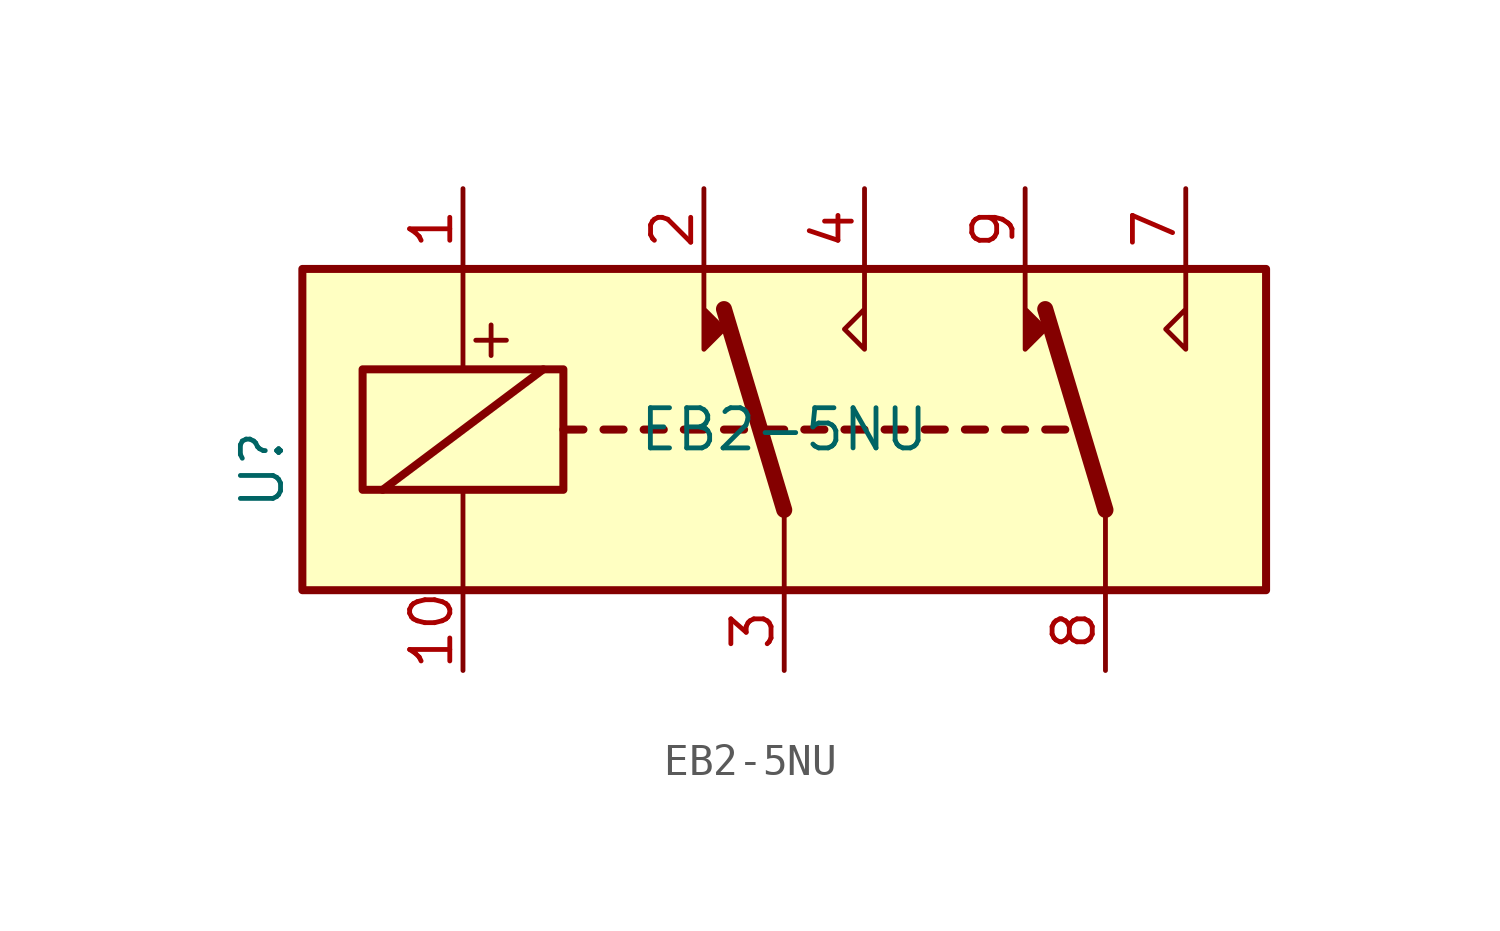
<source format=kicad_sym>
(kicad_symbol_lib
  (version 20220914)
  (generator kicad_symbol_editor)
  (symbol "EB2-5NU"
    (property "Reference" "U"
      (at -16.51 -1.27 90)
      (effects (font (size 1.27 1.27))))
    (property "Value" "EB2-5NU"
      (at 0 0 0)
      (effects (font (size 1.27 1.27))))
    (symbol "EB2-5NU_1_1"
      (rectangle (start -15.24 5.08) (end 15.24 -5.08) (stroke (width 0.254) (type default)) (fill (type background)))
      (rectangle (start -13.335 1.905) (end -6.985 -1.905) (stroke (width 0.254) (type default)) (fill (type none)))
      (polyline (pts (xy -12.7 -1.905) (xy -7.62 1.905)) (stroke (width 0.254) (type default)) (fill (type none)))
      (polyline (pts (xy -10.16 -5.08) (xy -10.16 -1.905)) (stroke (width 0) (type default)) (fill (type none)))
      (polyline (pts (xy -10.16 5.08) (xy -10.16 1.905)) (stroke (width 0) (type default)) (fill (type none)))
      (polyline (pts (xy -6.985 0) (xy -6.35 0)) (stroke (width 0.254) (type default)) (fill (type none)))
      (polyline (pts (xy -5.715 0) (xy -5.08 0)) (stroke (width 0.254) (type default)) (fill (type none)))
      (polyline (pts (xy -4.445 0) (xy -3.81 0)) (stroke (width 0.254) (type default)) (fill (type none)))
      (polyline (pts (xy -3.175 0) (xy -2.54 0)) (stroke (width 0.254) (type default)) (fill (type none)))
      (polyline (pts (xy -1.905 0) (xy -1.27 0)) (stroke (width 0.254) (type default)) (fill (type none)))
      (polyline (pts (xy -0.635 0) (xy 0 0)) (stroke (width 0.254) (type default)) (fill (type none)))
      (polyline (pts (xy 0 -2.54) (xy -1.905 3.81)) (stroke (width 0.508) (type default)) (fill (type none)))
      (polyline (pts (xy 0 -2.54) (xy 0 -5.08)) (stroke (width 0) (type default)) (fill (type none)))
      (polyline (pts (xy 0.635 0) (xy 1.27 0)) (stroke (width 0.254) (type default)) (fill (type none)))
      (polyline (pts (xy 1.905 0) (xy 2.54 0)) (stroke (width 0.254) (type default)) (fill (type none)))
      (polyline (pts (xy 3.175 0) (xy 3.81 0)) (stroke (width 0.254) (type default)) (fill (type none)))
      (polyline (pts (xy 4.445 0) (xy 5.08 0)) (stroke (width 0.254) (type default)) (fill (type none)))
      (polyline (pts (xy 5.715 0) (xy 6.35 0)) (stroke (width 0.254) (type default)) (fill (type none)))
      (polyline (pts (xy 6.985 0) (xy 7.62 0)) (stroke (width 0.254) (type default)) (fill (type none)))
      (polyline (pts (xy 8.255 0) (xy 8.89 0)) (stroke (width 0.254) (type default)) (fill (type none)))
      (polyline (pts (xy 10.16 -2.54) (xy 8.255 3.81)) (stroke (width 0.508) (type default)) (fill (type none)))
      (polyline (pts (xy 10.16 -2.54) (xy 10.16 -5.08)) (stroke (width 0) (type default)) (fill (type none)))
      (polyline (pts (xy -2.54 5.08) (xy -2.54 2.54) (xy -1.905 3.175) (xy -2.54 3.81)) (stroke (width 0) (type default)) (fill (type outline)))
      (polyline (pts (xy 2.54 5.08) (xy 2.54 2.54) (xy 1.905 3.175) (xy 2.54 3.81)) (stroke (width 0) (type default)) (fill (type none)))
      (polyline (pts (xy 7.62 5.08) (xy 7.62 2.54) (xy 8.255 3.175) (xy 7.62 3.81)) (stroke (width 0) (type default)) (fill (type outline)))
      (polyline (pts (xy 12.7 5.08) (xy 12.7 2.54) (xy 12.065 3.175) (xy 12.7 3.81)) (stroke (width 0) (type default)) (fill (type none)))
      (text "+" (at -9.271 2.921 0) (effects (font (size 1.27 1.27))))
      (pin passive line (at -10.16 7.62 270) (length 2.54) (name "~" (effects (font (size 1.27 1.27)))) (number "1" (effects (font (size 1.27 1.27)))))
      (pin passive line (at -10.16 -7.62 90) (length 2.54) (name "~" (effects (font (size 1.27 1.27)))) (number "10" (effects (font (size 1.27 1.27)))))
      (pin passive line (at -2.54 7.62 270) (length 2.54) (name "~" (effects (font (size 1.27 1.27)))) (number "2" (effects (font (size 1.27 1.27)))))
      (pin passive line (at 0 -7.62 90) (length 2.54) (name "~" (effects (font (size 1.27 1.27)))) (number "3" (effects (font (size 1.27 1.27)))))
      (pin passive line (at 2.54 7.62 270) (length 2.54) (name "~" (effects (font (size 1.27 1.27)))) (number "4" (effects (font (size 1.27 1.27)))))
      (pin passive line (at 12.7 7.62 270) (length 2.54) (name "~" (effects (font (size 1.27 1.27)))) (number "7" (effects (font (size 1.27 1.27)))))
      (pin passive line (at 10.16 -7.62 90) (length 2.54) (name "~" (effects (font (size 1.27 1.27)))) (number "8" (effects (font (size 1.27 1.27)))))
      (pin passive line (at 7.62 7.62 270) (length 2.54) (name "~" (effects (font (size 1.27 1.27)))) (number "9" (effects (font (size 1.27 1.27))))))))
</source>
